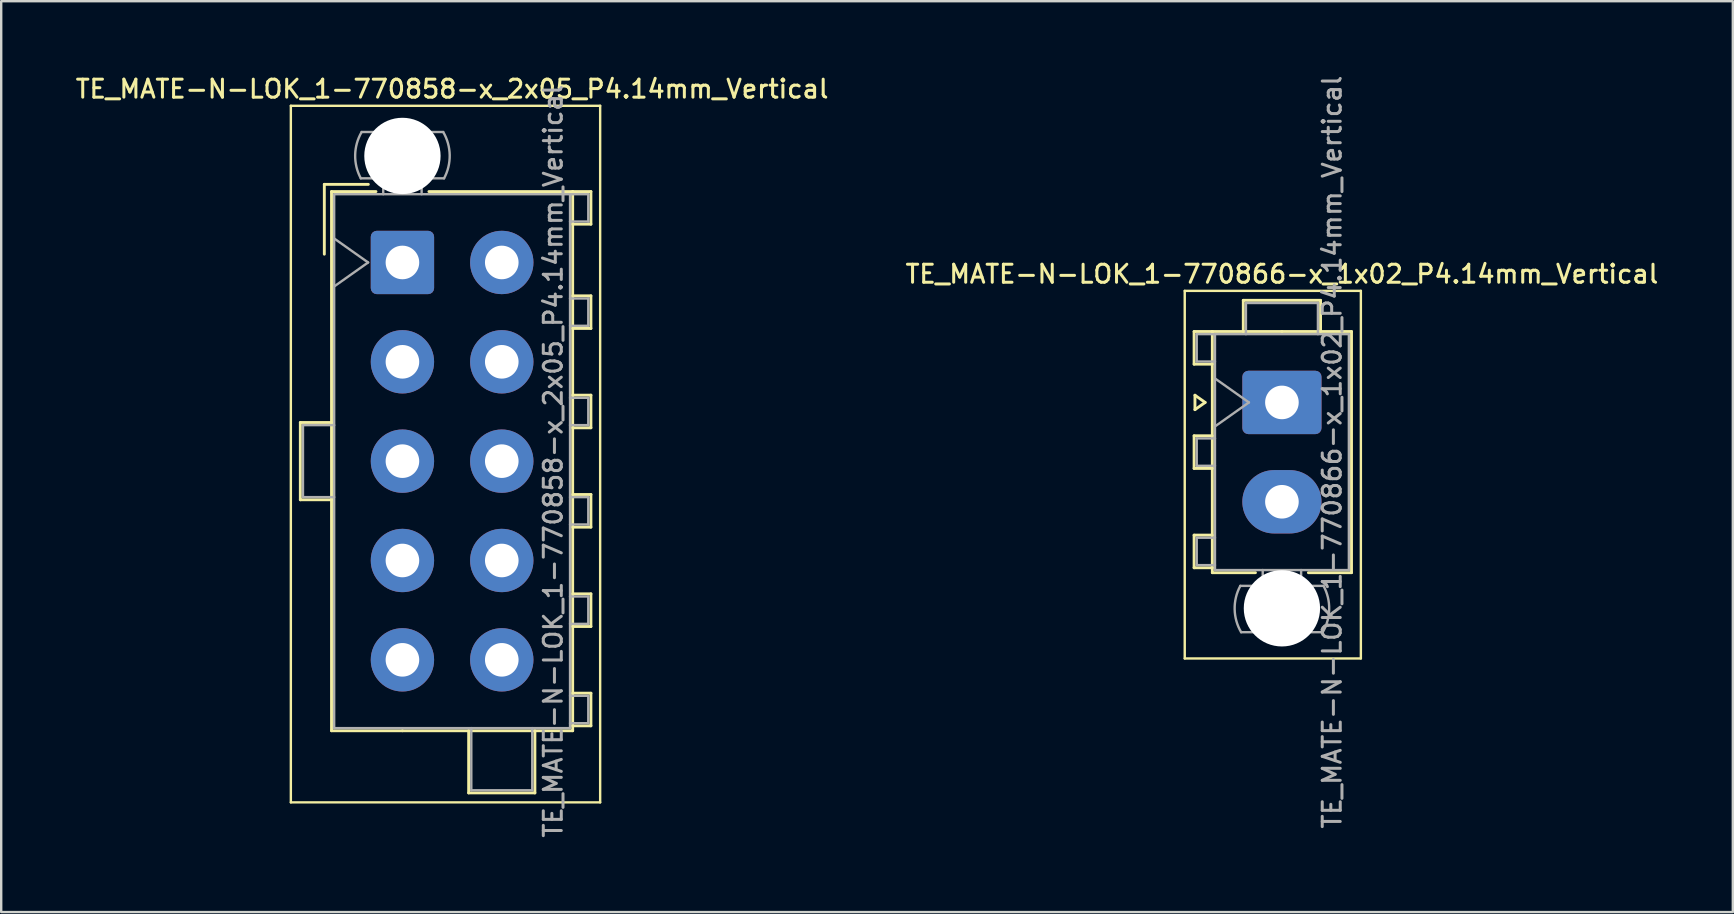
<source format=kicad_pcb>
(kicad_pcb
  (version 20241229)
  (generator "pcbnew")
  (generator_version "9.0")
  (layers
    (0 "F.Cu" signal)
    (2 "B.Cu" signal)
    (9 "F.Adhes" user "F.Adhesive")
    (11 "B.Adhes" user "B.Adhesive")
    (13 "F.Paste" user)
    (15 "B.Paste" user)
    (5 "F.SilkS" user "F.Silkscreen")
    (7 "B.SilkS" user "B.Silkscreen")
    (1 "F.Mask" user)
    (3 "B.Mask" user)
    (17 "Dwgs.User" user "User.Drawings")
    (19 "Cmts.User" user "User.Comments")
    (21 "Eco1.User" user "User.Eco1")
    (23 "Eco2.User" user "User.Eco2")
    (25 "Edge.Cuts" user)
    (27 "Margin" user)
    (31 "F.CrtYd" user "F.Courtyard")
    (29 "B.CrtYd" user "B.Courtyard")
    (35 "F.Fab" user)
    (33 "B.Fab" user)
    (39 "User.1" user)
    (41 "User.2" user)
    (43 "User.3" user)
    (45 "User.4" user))
  (footprint "TE_MATE-N-LOK_1-770858-x_2x05_P4.14mm_Vertical"
    (layer "F.Cu")
    (at 13.721 7.888)
    (property "Reference" "TE_MATE-N-LOK_1-770858-x_2x05_P4.14mm_Vertical" (at 2.07 -7.23 0) (layer "F.SilkS") (effects (font (size 0.75 0.75) (thickness 0.125))))
    (attr through_hole)
    (fp_line (start -4.65 -6.53) (end -4.65 22.5) (stroke (width 0.1) (type solid)) (layer "F.SilkS"))
    (fp_line (start -4.65 22.5) (end 8.24 22.5) (stroke (width 0.1) (type solid)) (layer "F.SilkS"))
    (fp_line (start -4.255 6.67) (end -4.255 9.89) (stroke (width 0.12) (type solid)) (layer "F.SilkS"))
    (fp_line (start -4.255 9.89) (end -2.955 9.89) (stroke (width 0.12) (type solid)) (layer "F.SilkS"))
    (fp_line (start -3.255 -3.255) (end -3.255 -0.345) (stroke (width 0.12) (type solid)) (layer "F.SilkS"))
    (fp_line (start -2.955 -2.955) (end -2.955 19.515) (stroke (width 0.12) (type solid)) (layer "F.SilkS"))
    (fp_line (start -2.955 6.67) (end -4.255 6.67) (stroke (width 0.12) (type solid)) (layer "F.SilkS"))
    (fp_line (start -2.955 19.515) (end 0 19.515) (stroke (width 0.12) (type solid)) (layer "F.SilkS"))
    (fp_line (start -1.421 -3.255) (end -3.255 -3.255) (stroke (width 0.12) (type solid)) (layer "F.SilkS"))
    (fp_line (start -1.103 -2.955) (end -2.955 -2.955) (stroke (width 0.12) (type solid)) (layer "F.SilkS"))
    (fp_line (start 1.103 -2.955) (end 7.095 -2.955) (stroke (width 0.12) (type solid)) (layer "F.SilkS"))
    (fp_line (start 2.76 19.515) (end 2.76 22.106) (stroke (width 0.12) (type solid)) (layer "F.SilkS"))
    (fp_line (start 2.76 22.106) (end 5.52 22.106) (stroke (width 0.12) (type solid)) (layer "F.SilkS"))
    (fp_line (start 5.52 22.106) (end 5.52 19.515) (stroke (width 0.12) (type solid)) (layer "F.SilkS"))
    (fp_line (start 7.095 -2.955) (end 7.095 19.515) (stroke (width 0.12) (type solid)) (layer "F.SilkS"))
    (fp_line (start 7.095 -2.955) (end 7.855 -2.955) (stroke (width 0.12) (type solid)) (layer "F.SilkS"))
    (fp_line (start 7.095 1.39) (end 7.855 1.39) (stroke (width 0.12) (type solid)) (layer "F.SilkS"))
    (fp_line (start 7.095 5.53) (end 7.855 5.53) (stroke (width 0.12) (type solid)) (layer "F.SilkS"))
    (fp_line (start 7.095 9.67) (end 7.855 9.67) (stroke (width 0.12) (type solid)) (layer "F.SilkS"))
    (fp_line (start 7.095 13.81) (end 7.855 13.81) (stroke (width 0.12) (type solid)) (layer "F.SilkS"))
    (fp_line (start 7.095 17.95) (end 7.855 17.95) (stroke (width 0.12) (type solid)) (layer "F.SilkS"))
    (fp_line (start 7.095 19.515) (end 0 19.515) (stroke (width 0.12) (type solid)) (layer "F.SilkS"))
    (fp_line (start 7.855 -2.955) (end 7.855 -1.595) (stroke (width 0.12) (type solid)) (layer "F.SilkS"))
    (fp_line (start 7.855 -1.595) (end 7.095 -1.595) (stroke (width 0.12) (type solid)) (layer "F.SilkS"))
    (fp_line (start 7.855 1.39) (end 7.855 2.75) (stroke (width 0.12) (type solid)) (layer "F.SilkS"))
    (fp_line (start 7.855 2.75) (end 7.095 2.75) (stroke (width 0.12) (type solid)) (layer "F.SilkS"))
    (fp_line (start 7.855 5.53) (end 7.855 6.89) (stroke (width 0.12) (type solid)) (layer "F.SilkS"))
    (fp_line (start 7.855 6.89) (end 7.095 6.89) (stroke (width 0.12) (type solid)) (layer "F.SilkS"))
    (fp_line (start 7.855 9.67) (end 7.855 11.03) (stroke (width 0.12) (type solid)) (layer "F.SilkS"))
    (fp_line (start 7.855 11.03) (end 7.095 11.03) (stroke (width 0.12) (type solid)) (layer "F.SilkS"))
    (fp_line (start 7.855 13.81) (end 7.855 15.17) (stroke (width 0.12) (type solid)) (layer "F.SilkS"))
    (fp_line (start 7.855 15.17) (end 7.095 15.17) (stroke (width 0.12) (type solid)) (layer "F.SilkS"))
    (fp_line (start 7.855 17.95) (end 7.855 19.31) (stroke (width 0.12) (type solid)) (layer "F.SilkS"))
    (fp_line (start 7.855 19.31) (end 7.095 19.31) (stroke (width 0.12) (type solid)) (layer "F.SilkS"))
    (fp_line (start 8.24 -6.53) (end -4.65 -6.53) (stroke (width 0.1) (type solid)) (layer "F.SilkS"))
    (fp_line (start 8.24 22.5) (end 8.24 -6.53) (stroke (width 0.1) (type solid)) (layer "F.SilkS"))
    (fp_line (start -4.145 6.78) (end -4.145 9.78) (stroke (width 0.1) (type solid)) (layer "F.Fab"))
    (fp_line (start -4.145 9.78) (end -2.845 9.78) (stroke (width 0.1) (type solid)) (layer "F.Fab"))
    (fp_line (start -2.845 -2.845) (end -2.845 19.405) (stroke (width 0.1) (type solid)) (layer "F.Fab"))
    (fp_line (start -2.845 -1) (end -1.431 0) (stroke (width 0.1) (type solid)) (layer "F.Fab"))
    (fp_line (start -2.845 6.78) (end -4.145 6.78) (stroke (width 0.1) (type solid)) (layer "F.Fab"))
    (fp_line (start -2.845 19.405) (end 6.985 19.405) (stroke (width 0.1) (type solid)) (layer "F.Fab"))
    (fp_line (start -1.431 0) (end -2.845 1) (stroke (width 0.1) (type solid)) (layer "F.Fab"))
    (fp_line (start -0.8 -2.845) (end -0.8 -3.505) (stroke (width 0.1) (type solid)) (layer "F.Fab"))
    (fp_line (start 0.8 -2.845) (end 0.8 -3.505) (stroke (width 0.1) (type solid)) (layer "F.Fab"))
    (fp_line (start 1.7 -5.436) (end -1.7 -5.436) (stroke (width 0.1) (type solid)) (layer "F.Fab"))
    (fp_line (start 1.734 -3.505) (end -1.734 -3.505) (stroke (width 0.1) (type solid)) (layer "F.Fab"))
    (fp_line (start 2.87 19.405) (end 2.87 21.996) (stroke (width 0.1) (type solid)) (layer "F.Fab"))
    (fp_line (start 2.87 21.996) (end 5.41 21.996) (stroke (width 0.1) (type solid)) (layer "F.Fab"))
    (fp_line (start 5.41 21.996) (end 5.41 19.405) (stroke (width 0.1) (type solid)) (layer "F.Fab"))
    (fp_line (start 6.985 -2.845) (end -2.845 -2.845) (stroke (width 0.1) (type solid)) (layer "F.Fab"))
    (fp_line (start 6.985 -2.845) (end 7.745 -2.845) (stroke (width 0.1) (type solid)) (layer "F.Fab"))
    (fp_line (start 6.985 1.5) (end 7.745 1.5) (stroke (width 0.1) (type solid)) (layer "F.Fab"))
    (fp_line (start 6.985 5.64) (end 7.745 5.64) (stroke (width 0.1) (type solid)) (layer "F.Fab"))
    (fp_line (start 6.985 9.78) (end 7.745 9.78) (stroke (width 0.1) (type solid)) (layer "F.Fab"))
    (fp_line (start 6.985 13.92) (end 7.745 13.92) (stroke (width 0.1) (type solid)) (layer "F.Fab"))
    (fp_line (start 6.985 18.06) (end 7.745 18.06) (stroke (width 0.1) (type solid)) (layer "F.Fab"))
    (fp_line (start 6.985 19.405) (end 6.985 -2.845) (stroke (width 0.1) (type solid)) (layer "F.Fab"))
    (fp_line (start 7.745 -2.845) (end 7.745 -1.705) (stroke (width 0.1) (type solid)) (layer "F.Fab"))
    (fp_line (start 7.745 -1.705) (end 6.985 -1.705) (stroke (width 0.1) (type solid)) (layer "F.Fab"))
    (fp_line (start 7.745 1.5) (end 7.745 2.64) (stroke (width 0.1) (type solid)) (layer "F.Fab"))
    (fp_line (start 7.745 2.64) (end 6.985 2.64) (stroke (width 0.1) (type solid)) (layer "F.Fab"))
    (fp_line (start 7.745 5.64) (end 7.745 6.78) (stroke (width 0.1) (type solid)) (layer "F.Fab"))
    (fp_line (start 7.745 6.78) (end 6.985 6.78) (stroke (width 0.1) (type solid)) (layer "F.Fab"))
    (fp_line (start 7.745 9.78) (end 7.745 10.92) (stroke (width 0.1) (type solid)) (layer "F.Fab"))
    (fp_line (start 7.745 10.92) (end 6.985 10.92) (stroke (width 0.1) (type solid)) (layer "F.Fab"))
    (fp_line (start 7.745 13.92) (end 7.745 15.06) (stroke (width 0.1) (type solid)) (layer "F.Fab"))
    (fp_line (start 7.745 15.06) (end 6.985 15.06) (stroke (width 0.1) (type solid)) (layer "F.Fab"))
    (fp_line (start 7.745 18.06) (end 7.745 19.2) (stroke (width 0.1) (type solid)) (layer "F.Fab"))
    (fp_line (start 7.745 19.2) (end 6.985 19.2) (stroke (width 0.1) (type solid)) (layer "F.Fab"))
    (fp_arc (start -1.733977 -3.505) (mid -1.96969 -4.474992) (end -1.699672 -5.436) (stroke (width 0.1) (type solid)) (layer "F.Fab"))
    (fp_arc (start 1.699672 -5.436) (mid 1.969689 -4.474992) (end 1.733977 -3.505) (stroke (width 0.1) (type solid)) (layer "F.Fab"))
    (fp_text user "${REFERENCE}" (at 6.28 8.28 90) (layer "F.Fab") (effects (font (size 0.75 0.75) (thickness 0.125))))
    (pad "" np_thru_hole circle (at 0 -4.44) (size 3.18 3.18) (drill 3.18) (layers "*.Cu" "*.Mask"))
    (pad "1" thru_hole roundrect (at 0 0) (size 2.64 2.64) (drill 1.4) (layers "*.Cu" "*.Mask") (roundrect_rratio 0.095))
    (pad "2" thru_hole circle (at 0 4.14) (size 2.64 2.64) (drill 1.4) (layers "*.Cu" "*.Mask"))
    (pad "3" thru_hole circle (at 0 8.28) (size 2.64 2.64) (drill 1.4) (layers "*.Cu" "*.Mask"))
    (pad "4" thru_hole circle (at 0 12.42) (size 2.64 2.64) (drill 1.4) (layers "*.Cu" "*.Mask"))
    (pad "5" thru_hole circle (at 0 16.56) (size 2.64 2.64) (drill 1.4) (layers "*.Cu" "*.Mask"))
    (pad "6" thru_hole circle (at 4.14 0) (size 2.64 2.64) (drill 1.4) (layers "*.Cu" "*.Mask"))
    (pad "7" thru_hole circle (at 4.14 4.14) (size 2.64 2.64) (drill 1.4) (layers "*.Cu" "*.Mask"))
    (pad "8" thru_hole circle (at 4.14 8.28) (size 2.64 2.64) (drill 1.4) (layers "*.Cu" "*.Mask"))
    (pad "9" thru_hole circle (at 4.14 12.42) (size 2.64 2.64) (drill 1.4) (layers "*.Cu" "*.Mask"))
    (pad "10" thru_hole circle (at 4.14 16.56) (size 2.64 2.64) (drill 1.4) (layers "*.Cu" "*.Mask")))
  (footprint "TE_MATE-N-LOK_1-770866-x_1x02_P4.14mm_Vertical"
    (layer "F.Cu")
    (at 50.373 13.721)
    (property "Reference" "TE_MATE-N-LOK_1-770866-x_1x02_P4.14mm_Vertical" (at 0 -5.35 0) (layer "F.SilkS") (effects (font (size 0.75 0.75) (thickness 0.125))))
    (attr through_hole)
    (fp_line (start -4.05 -4.65) (end -4.05 10.67) (stroke (width 0.1) (type solid)) (layer "F.SilkS"))
    (fp_line (start -4.05 10.67) (end 3.29 10.67) (stroke (width 0.1) (type solid)) (layer "F.SilkS"))
    (fp_line (start -3.66 -2.955) (end -3.66 -1.595) (stroke (width 0.12) (type solid)) (layer "F.SilkS"))
    (fp_line (start -3.66 -1.595) (end -2.9 -1.595) (stroke (width 0.12) (type solid)) (layer "F.SilkS"))
    (fp_line (start -3.66 1.39) (end -3.66 2.75) (stroke (width 0.12) (type solid)) (layer "F.SilkS"))
    (fp_line (start -3.66 2.75) (end -2.9 2.75) (stroke (width 0.12) (type solid)) (layer "F.SilkS"))
    (fp_line (start -3.66 5.53) (end -3.66 6.89) (stroke (width 0.12) (type solid)) (layer "F.SilkS"))
    (fp_line (start -3.66 6.89) (end -2.9 6.89) (stroke (width 0.12) (type solid)) (layer "F.SilkS"))
    (fp_line (start -3.624 -0.3) (end -3.2 0) (stroke (width 0.12) (type solid)) (layer "F.SilkS"))
    (fp_line (start -3.624 0.3) (end -3.624 -0.3) (stroke (width 0.12) (type solid)) (layer "F.SilkS"))
    (fp_line (start -3.2 0) (end -3.624 0.3) (stroke (width 0.12) (type solid)) (layer "F.SilkS"))
    (fp_line (start -2.9 -2.955) (end -3.66 -2.955) (stroke (width 0.12) (type solid)) (layer "F.SilkS"))
    (fp_line (start -2.9 -2.955) (end -2.9 7.095) (stroke (width 0.12) (type solid)) (layer "F.SilkS"))
    (fp_line (start -2.9 1.39) (end -3.66 1.39) (stroke (width 0.12) (type solid)) (layer "F.SilkS"))
    (fp_line (start -2.9 5.53) (end -3.66 5.53) (stroke (width 0.12) (type solid)) (layer "F.SilkS"))
    (fp_line (start -2.9 7.095) (end -1.103 7.095) (stroke (width 0.12) (type solid)) (layer "F.SilkS"))
    (fp_line (start -1.61 -4.255) (end 1.61 -4.255) (stroke (width 0.12) (type solid)) (layer "F.SilkS"))
    (fp_line (start -1.61 -2.955) (end -1.61 -4.255) (stroke (width 0.12) (type solid)) (layer "F.SilkS"))
    (fp_line (start 0 -2.955) (end -2.9 -2.955) (stroke (width 0.12) (type solid)) (layer "F.SilkS"))
    (fp_line (start 0 -2.955) (end 2.9 -2.955) (stroke (width 0.12) (type solid)) (layer "F.SilkS"))
    (fp_line (start 1.61 -4.255) (end 1.61 -2.955) (stroke (width 0.12) (type solid)) (layer "F.SilkS"))
    (fp_line (start 2.9 -2.955) (end 2.9 7.095) (stroke (width 0.12) (type solid)) (layer "F.SilkS"))
    (fp_line (start 2.9 7.095) (end 1.103 7.095) (stroke (width 0.12) (type solid)) (layer "F.SilkS"))
    (fp_line (start 3.29 -4.65) (end -4.05 -4.65) (stroke (width 0.1) (type solid)) (layer "F.SilkS"))
    (fp_line (start 3.29 10.67) (end 3.29 -4.65) (stroke (width 0.1) (type solid)) (layer "F.SilkS"))
    (fp_line (start -3.55 -2.845) (end -3.55 -1.705) (stroke (width 0.1) (type solid)) (layer "F.Fab"))
    (fp_line (start -3.55 -1.705) (end -2.79 -1.705) (stroke (width 0.1) (type solid)) (layer "F.Fab"))
    (fp_line (start -3.55 1.5) (end -3.55 2.64) (stroke (width 0.1) (type solid)) (layer "F.Fab"))
    (fp_line (start -3.55 2.64) (end -2.79 2.64) (stroke (width 0.1) (type solid)) (layer "F.Fab"))
    (fp_line (start -3.55 5.64) (end -3.55 6.78) (stroke (width 0.1) (type solid)) (layer "F.Fab"))
    (fp_line (start -3.55 6.78) (end -2.79 6.78) (stroke (width 0.1) (type solid)) (layer "F.Fab"))
    (fp_line (start -2.79 -2.845) (end -3.55 -2.845) (stroke (width 0.1) (type solid)) (layer "F.Fab"))
    (fp_line (start -2.79 -2.845) (end -2.79 6.985) (stroke (width 0.1) (type solid)) (layer "F.Fab"))
    (fp_line (start -2.79 -1) (end -1.376 0) (stroke (width 0.1) (type solid)) (layer "F.Fab"))
    (fp_line (start -2.79 1.5) (end -3.55 1.5) (stroke (width 0.1) (type solid)) (layer "F.Fab"))
    (fp_line (start -2.79 5.64) (end -3.55 5.64) (stroke (width 0.1) (type solid)) (layer "F.Fab"))
    (fp_line (start -2.79 6.985) (end 2.79 6.985) (stroke (width 0.1) (type solid)) (layer "F.Fab"))
    (fp_line (start -1.5 -4.145) (end 1.5 -4.145) (stroke (width 0.1) (type solid)) (layer "F.Fab"))
    (fp_line (start -1.5 -2.845) (end -1.5 -4.145) (stroke (width 0.1) (type solid)) (layer "F.Fab"))
    (fp_line (start -1.376 0) (end -2.79 1) (stroke (width 0.1) (type solid)) (layer "F.Fab"))
    (fp_line (start -0.8 6.985) (end -0.8 7.645) (stroke (width 0.1) (type solid)) (layer "F.Fab"))
    (fp_line (start 0.8 6.985) (end 0.8 7.645) (stroke (width 0.1) (type solid)) (layer "F.Fab"))
    (fp_line (start 1.5 -4.145) (end 1.5 -2.845) (stroke (width 0.1) (type solid)) (layer "F.Fab"))
    (fp_line (start 1.7 9.576) (end -1.7 9.576) (stroke (width 0.1) (type solid)) (layer "F.Fab"))
    (fp_line (start 1.734 7.645) (end -1.734 7.645) (stroke (width 0.1) (type solid)) (layer "F.Fab"))
    (fp_line (start 2.79 -2.845) (end -2.79 -2.845) (stroke (width 0.1) (type solid)) (layer "F.Fab"))
    (fp_line (start 2.79 6.985) (end 2.79 -2.845) (stroke (width 0.1) (type solid)) (layer "F.Fab"))
    (fp_arc (start -1.699672 9.576) (mid -1.969689 8.614992) (end -1.733977 7.645) (stroke (width 0.1) (type solid)) (layer "F.Fab"))
    (fp_arc (start 1.733977 7.645) (mid 1.96969 8.614992) (end 1.699672 9.576) (stroke (width 0.1) (type solid)) (layer "F.Fab"))
    (fp_text user "${REFERENCE}" (at 2.09 2.07 90) (layer "F.Fab") (effects (font (size 0.75 0.75) (thickness 0.125))))
    (pad "" np_thru_hole circle (at 0 8.58) (size 3.18 3.18) (drill 3.18) (layers "*.Cu" "*.Mask"))
    (pad "1" thru_hole roundrect (at 0 0) (size 3.3 2.64) (drill 1.4) (layers "*.Cu" "*.Mask") (roundrect_rratio 0.095))
    (pad "2" thru_hole oval (at 0 4.14) (size 3.3 2.64) (drill 1.4) (layers "*.Cu" "*.Mask")))
  (gr_rect
    (start -3 -3)
    (end 69.164 34.959)
    (stroke (width 0.1) (type default))
    (fill no)
    (layer "Edge.Cuts")))
</source>
